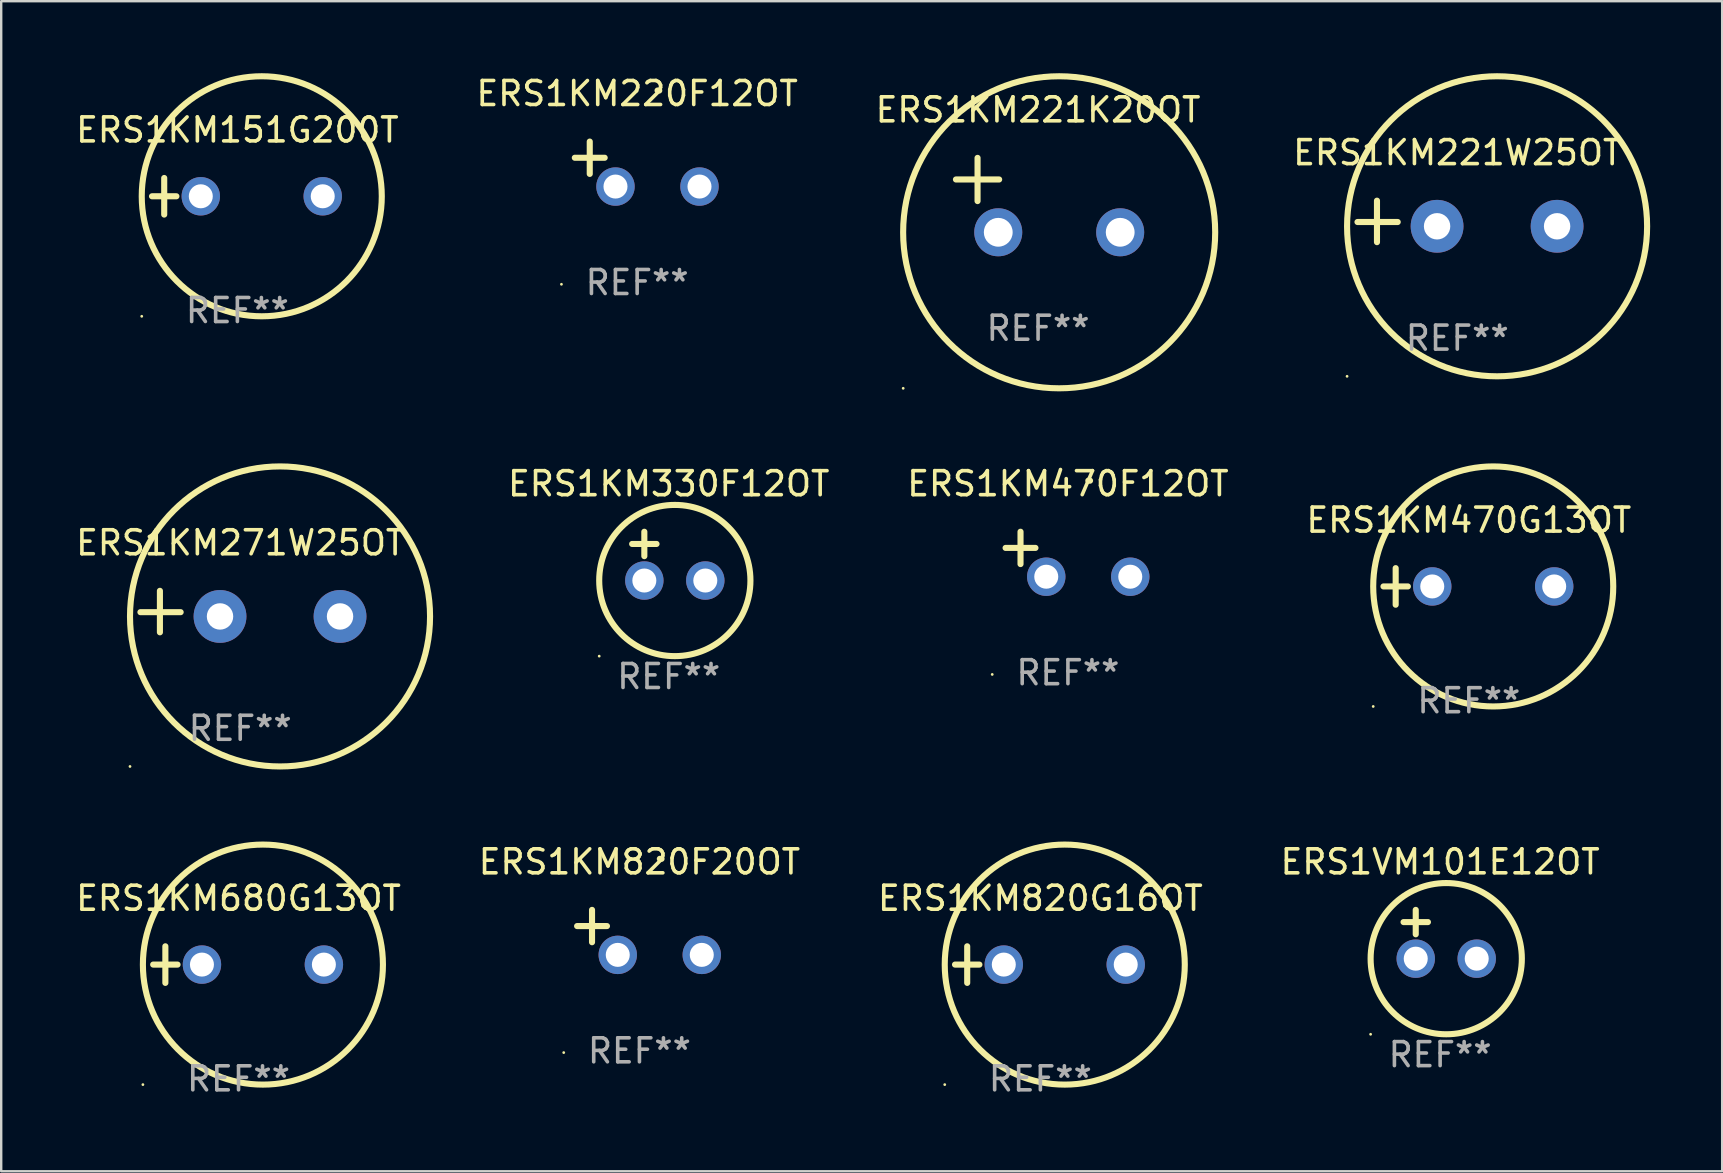
<source format=kicad_pcb>
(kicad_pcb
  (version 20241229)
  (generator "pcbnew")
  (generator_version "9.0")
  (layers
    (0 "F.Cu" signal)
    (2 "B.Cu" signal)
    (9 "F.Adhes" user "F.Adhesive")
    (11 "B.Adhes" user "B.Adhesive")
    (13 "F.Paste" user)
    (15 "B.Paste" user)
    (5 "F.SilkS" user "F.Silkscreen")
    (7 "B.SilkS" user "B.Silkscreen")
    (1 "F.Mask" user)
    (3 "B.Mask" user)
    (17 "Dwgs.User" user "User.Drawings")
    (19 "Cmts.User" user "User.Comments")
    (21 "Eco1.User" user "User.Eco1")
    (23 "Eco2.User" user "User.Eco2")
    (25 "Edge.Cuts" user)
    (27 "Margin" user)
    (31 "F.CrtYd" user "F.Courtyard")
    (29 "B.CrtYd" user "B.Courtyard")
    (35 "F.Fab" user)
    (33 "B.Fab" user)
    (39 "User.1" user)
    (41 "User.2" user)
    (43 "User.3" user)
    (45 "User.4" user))
  (footprint "ERS1KM221W25OT"
    (layer "F.Cu")
    (at 57.661 6.174)
    (property "Reference" "ERS1KM221W25OT" (at 0 -2.864 0) (layer "F.SilkS") (effects (font (size 1 1) (thickness 0.15))))
    (attr through_hole)
    (fp_line (start -3.346 0.864) (end -3.346 -0.864) (stroke (width 0.254) (type solid)) (layer "F.SilkS"))
    (fp_line (start -2.482 0.025) (end -4.158 0.025) (stroke (width 0.254) (type solid)) (layer "F.SilkS"))
    (fp_circle (center -4.592 6.453) (end -4.562 6.453) (stroke (width 0.06) (type solid)) (fill no) (layer "F.SilkS"))
    (fp_circle (center 1.658 0.203) (end 7.908 0.203) (stroke (width 0.254) (type solid)) (fill no) (layer "F.SilkS"))
    (fp_text user "REF**" (at 0 4.864 0) (layer "F.Fab") (effects (font (size 1 1) (thickness 0.15))))
    (pad "1" thru_hole circle (at -0.842 0.203) (size 2.2 2.2) (drill 1.1) (layers "*.Cu" "*.Mask"))
    (pad "2" thru_hole circle (at 4.158 0.203) (size 2.2 2.2) (drill 1.1) (layers "*.Cu" "*.Mask")))
  (footprint "ERS1KM680G13OT"
    (layer "F.Cu")
    (at 6.887 37.135)
    (property "Reference" "ERS1KM680G13OT" (at 0 -2.762 0) (layer "F.SilkS") (effects (font (size 1 1) (thickness 0.15))))
    (attr through_hole)
    (fp_line (start -3.556 0) (end -2.54 0) (stroke (width 0.254) (type solid)) (layer "F.SilkS"))
    (fp_line (start -3.048 -0.762) (end -3.048 0.762) (stroke (width 0.254) (type solid)) (layer "F.SilkS"))
    (fp_circle (center -3.984 5) (end -3.954 5) (stroke (width 0.06) (type solid)) (fill no) (layer "F.SilkS"))
    (fp_circle (center 1.016 0) (end 6.016 0) (stroke (width 0.254) (type solid)) (fill no) (layer "F.SilkS"))
    (fp_text user "REF**" (at 0 4.762 0) (layer "F.Fab") (effects (font (size 1 1) (thickness 0.15))))
    (pad "1" thru_hole circle (at -1.524 0) (size 1.6 1.6) (drill 1) (layers "*.Cu" "*.Mask"))
    (pad "2" thru_hole circle (at 3.556 0) (size 1.6 1.6) (drill 1) (layers "*.Cu" "*.Mask")))
  (footprint "ERS1KM470F12OT"
    (layer "F.Cu")
    (at 41.44 20.039)
    (property "Reference" "ERS1KM470F12OT" (at 0 -2.937 0) (layer "F.SilkS") (effects (font (size 1 1) (thickness 0.15))))
    (attr through_hole)
    (fp_line (start -1.975 0.41) (end -1.975 -0.937) (stroke (width 0.254) (type solid)) (layer "F.SilkS"))
    (fp_line (start -1.353 -0.263) (end -2.597 -0.263) (stroke (width 0.254) (type solid)) (layer "F.SilkS"))
    (fp_arc (start 0.849809 -3.063957) (mid 0.885369 -3.064114) (end 0.920929 -3.063957) (stroke (width 0.254001) (type solid)) (layer "F.SilkS"))
    (fp_circle (center -3.154 5.008) (end -3.124 5.008) (stroke (width 0.06) (type solid)) (fill no) (layer "F.SilkS"))
    (fp_text user "REF**" (at 0 4.937 0) (layer "F.Fab") (effects (font (size 1 1) (thickness 0.15))))
    (pad "1" thru_hole circle (at -0.903 0.937) (size 1.6 1.6) (drill 1) (layers "*.Cu" "*.Mask"))
    (pad "2" thru_hole circle (at 2.597 0.937) (size 1.6 1.6) (drill 1) (layers "*.Cu" "*.Mask")))
  (footprint "ERS1KM820G16OT"
    (layer "F.Cu")
    (at 40.292 37.135)
    (property "Reference" "ERS1KM820G16OT" (at 0 -2.762 0) (layer "F.SilkS") (effects (font (size 1 1) (thickness 0.15))))
    (attr through_hole)
    (fp_line (start -3.556 0) (end -2.54 0) (stroke (width 0.254) (type solid)) (layer "F.SilkS"))
    (fp_line (start -3.048 -0.762) (end -3.048 0.762) (stroke (width 0.254) (type solid)) (layer "F.SilkS"))
    (fp_circle (center -3.984 5) (end -3.954 5) (stroke (width 0.06) (type solid)) (fill no) (layer "F.SilkS"))
    (fp_circle (center 1.016 0) (end 6.016 0) (stroke (width 0.254) (type solid)) (fill no) (layer "F.SilkS"))
    (fp_text user "REF**" (at 0 4.762 0) (layer "F.Fab") (effects (font (size 1 1) (thickness 0.15))))
    (pad "1" thru_hole circle (at -1.524 0) (size 1.6 1.6) (drill 1) (layers "*.Cu" "*.Mask"))
    (pad "2" thru_hole circle (at 3.556 0) (size 1.6 1.6) (drill 1) (layers "*.Cu" "*.Mask")))
  (footprint "ERS1KM820F20OT"
    (layer "F.Cu")
    (at 23.589 35.793)
    (property "Reference" "ERS1KM820F20OT" (at 0 -2.937 0) (layer "F.SilkS") (effects (font (size 1 1) (thickness 0.15))))
    (attr through_hole)
    (fp_line (start -1.975 0.41) (end -1.975 -0.937) (stroke (width 0.254) (type solid)) (layer "F.SilkS"))
    (fp_line (start -1.353 -0.263) (end -2.597 -0.263) (stroke (width 0.254) (type solid)) (layer "F.SilkS"))
    (fp_arc (start 0.849809 -3.063957) (mid 0.885369 -3.064114) (end 0.920929 -3.063957) (stroke (width 0.254001) (type solid)) (layer "F.SilkS"))
    (fp_circle (center -3.154 5.008) (end -3.124 5.008) (stroke (width 0.06) (type solid)) (fill no) (layer "F.SilkS"))
    (fp_text user "REF**" (at 0 4.937 0) (layer "F.Fab") (effects (font (size 1 1) (thickness 0.15))))
    (pad "1" thru_hole circle (at -0.903 0.937) (size 1.6 1.6) (drill 1) (layers "*.Cu" "*.Mask"))
    (pad "2" thru_hole circle (at 2.597 0.937) (size 1.6 1.6) (drill 1) (layers "*.Cu" "*.Mask")))
  (footprint "ERS1KM221K20OT"
    (layer "F.Cu")
    (at 40.196 5.077)
    (property "Reference" "ERS1KM221K20OT" (at 0 -3.55 0) (layer "F.SilkS") (effects (font (size 1 1) (thickness 0.15))))
    (attr through_hole)
    (fp_line (start -3.421 -0.65) (end -1.621 -0.65) (stroke (width 0.254) (type solid)) (layer "F.SilkS"))
    (fp_line (start -2.521 -1.55) (end -2.521 0.25) (stroke (width 0.254) (type solid)) (layer "F.SilkS"))
    (fp_circle (center -5.619 8.05) (end -5.589 8.05) (stroke (width 0.06) (type solid)) (fill no) (layer "F.SilkS"))
    (fp_circle (center 0.879 1.55) (end 7.379 1.55) (stroke (width 0.254) (type solid)) (fill no) (layer "F.SilkS"))
    (fp_text user "REF**" (at 0 5.55 0) (layer "F.Fab") (effects (font (size 1 1) (thickness 0.15))))
    (pad "1" thru_hole circle (at -1.659 1.55) (size 2 2) (drill 1.2) (layers "*.Cu" "*.Mask"))
    (pad "2" thru_hole circle (at 3.421 1.55) (size 2 2) (drill 1.2) (layers "*.Cu" "*.Mask")))
  (footprint "ERS1KM470G13OT"
    (layer "F.Cu")
    (at 58.142 21.381)
    (property "Reference" "ERS1KM470G13OT" (at 0 -2.762 0) (layer "F.SilkS") (effects (font (size 1 1) (thickness 0.15))))
    (attr through_hole)
    (fp_line (start -3.556 0) (end -2.54 0) (stroke (width 0.254) (type solid)) (layer "F.SilkS"))
    (fp_line (start -3.048 -0.762) (end -3.048 0.762) (stroke (width 0.254) (type solid)) (layer "F.SilkS"))
    (fp_circle (center -3.984 5) (end -3.954 5) (stroke (width 0.06) (type solid)) (fill no) (layer "F.SilkS"))
    (fp_circle (center 1.016 0) (end 6.016 0) (stroke (width 0.254) (type solid)) (fill no) (layer "F.SilkS"))
    (fp_text user "REF**" (at 0 4.762 0) (layer "F.Fab") (effects (font (size 1 1) (thickness 0.15))))
    (pad "1" thru_hole circle (at -1.524 0) (size 1.6 1.6) (drill 1) (layers "*.Cu" "*.Mask"))
    (pad "2" thru_hole circle (at 3.556 0) (size 1.6 1.6) (drill 1) (layers "*.Cu" "*.Mask")))
  (footprint "ERS1VM101E12OT"
    (layer "F.Cu")
    (at 56.946 35.872)
    (property "Reference" "ERS1VM101E12OT" (at 0 -3.016 0) (layer "F.SilkS") (effects (font (size 1 1) (thickness 0.15))))
    (attr through_hole)
    (fp_line (start -1.524 -0.508) (end -0.508 -0.508) (stroke (width 0.254) (type solid)) (layer "F.SilkS"))
    (fp_line (start -1.016 -1.016) (end -1.016 0) (stroke (width 0.254) (type solid)) (layer "F.SilkS"))
    (fp_circle (center -2.896 4.166) (end -2.866 4.166) (stroke (width 0.06) (type solid)) (fill no) (layer "F.SilkS"))
    (fp_circle (center 0.254 1.016) (end 3.404 1.016) (stroke (width 0.254) (type solid)) (fill no) (layer "F.SilkS"))
    (fp_text user "REF**" (at 0 5.016 0) (layer "F.Fab") (effects (font (size 1 1) (thickness 0.15))))
    (pad "1" thru_hole circle (at -1.016 1.016) (size 1.6 1.6) (drill 1) (layers "*.Cu" "*.Mask"))
    (pad "2" thru_hole circle (at 1.524 1.016) (size 1.6 1.6) (drill 1) (layers "*.Cu" "*.Mask")))
  (footprint "ERS1KM151G200T"
    (layer "F.Cu")
    (at 6.839 5.127)
    (property "Reference" "ERS1KM151G200T" (at 0 -2.762 0) (layer "F.SilkS") (effects (font (size 1 1) (thickness 0.15))))
    (attr through_hole)
    (fp_line (start -3.556 0) (end -2.54 0) (stroke (width 0.254) (type solid)) (layer "F.SilkS"))
    (fp_line (start -3.048 -0.762) (end -3.048 0.762) (stroke (width 0.254) (type solid)) (layer "F.SilkS"))
    (fp_circle (center -3.984 5) (end -3.954 5) (stroke (width 0.06) (type solid)) (fill no) (layer "F.SilkS"))
    (fp_circle (center 1.016 0) (end 6.016 0) (stroke (width 0.254) (type solid)) (fill no) (layer "F.SilkS"))
    (fp_text user "REF**" (at 0 4.762 0) (layer "F.Fab") (effects (font (size 1 1) (thickness 0.15))))
    (pad "1" thru_hole circle (at -1.524 0) (size 1.6 1.6) (drill 1) (layers "*.Cu" "*.Mask"))
    (pad "2" thru_hole circle (at 3.556 0) (size 1.6 1.6) (drill 1) (layers "*.Cu" "*.Mask")))
  (footprint "ERS1KM271W25OT"
    (layer "F.Cu")
    (at 6.958 22.428)
    (property "Reference" "ERS1KM271W25OT" (at 0 -2.864 0) (layer "F.SilkS") (effects (font (size 1 1) (thickness 0.15))))
    (attr through_hole)
    (fp_line (start -3.346 0.864) (end -3.346 -0.864) (stroke (width 0.254) (type solid)) (layer "F.SilkS"))
    (fp_line (start -2.482 0.025) (end -4.158 0.025) (stroke (width 0.254) (type solid)) (layer "F.SilkS"))
    (fp_circle (center -4.592 6.453) (end -4.562 6.453) (stroke (width 0.06) (type solid)) (fill no) (layer "F.SilkS"))
    (fp_circle (center 1.658 0.203) (end 7.908 0.203) (stroke (width 0.254) (type solid)) (fill no) (layer "F.SilkS"))
    (fp_text user "REF**" (at 0 4.864 0) (layer "F.Fab") (effects (font (size 1 1) (thickness 0.15))))
    (pad "1" thru_hole circle (at -0.842 0.203) (size 2.2 2.2) (drill 1.1) (layers "*.Cu" "*.Mask"))
    (pad "2" thru_hole circle (at 4.158 0.203) (size 2.2 2.2) (drill 1.1) (layers "*.Cu" "*.Mask")))
  (footprint "ERS1KM330F12OT"
    (layer "F.Cu")
    (at 24.809 20.119)
    (property "Reference" "ERS1KM330F12OT" (at 0 -3.016 0) (layer "F.SilkS") (effects (font (size 1 1) (thickness 0.15))))
    (attr through_hole)
    (fp_line (start -1.524 -0.508) (end -0.508 -0.508) (stroke (width 0.254) (type solid)) (layer "F.SilkS"))
    (fp_line (start -1.016 -1.016) (end -1.016 0) (stroke (width 0.254) (type solid)) (layer "F.SilkS"))
    (fp_circle (center -2.896 4.166) (end -2.866 4.166) (stroke (width 0.06) (type solid)) (fill no) (layer "F.SilkS"))
    (fp_circle (center 0.254 1.016) (end 3.404 1.016) (stroke (width 0.254) (type solid)) (fill no) (layer "F.SilkS"))
    (fp_text user "REF**" (at 0 5.016 0) (layer "F.Fab") (effects (font (size 1 1) (thickness 0.15))))
    (pad "1" thru_hole circle (at -1.016 1.016) (size 1.6 1.6) (drill 1) (layers "*.Cu" "*.Mask"))
    (pad "2" thru_hole circle (at 1.524 1.016) (size 1.6 1.6) (drill 1) (layers "*.Cu" "*.Mask")))
  (footprint "ERS1KM220F12OT"
    (layer "F.Cu")
    (at 23.494 3.785)
    (property "Reference" "ERS1KM220F12OT" (at 0 -2.937 0) (layer "F.SilkS") (effects (font (size 1 1) (thickness 0.15))))
    (attr through_hole)
    (fp_line (start -1.975 0.41) (end -1.975 -0.937) (stroke (width 0.254) (type solid)) (layer "F.SilkS"))
    (fp_line (start -1.353 -0.263) (end -2.597 -0.263) (stroke (width 0.254) (type solid)) (layer "F.SilkS"))
    (fp_arc (start 0.849809 -3.063957) (mid 0.885369 -3.064114) (end 0.920929 -3.063957) (stroke (width 0.254001) (type solid)) (layer "F.SilkS"))
    (fp_circle (center -3.154 5.008) (end -3.124 5.008) (stroke (width 0.06) (type solid)) (fill no) (layer "F.SilkS"))
    (fp_text user "REF**" (at 0 4.937 0) (layer "F.Fab") (effects (font (size 1 1) (thickness 0.15))))
    (pad "1" thru_hole circle (at -0.903 0.937) (size 1.6 1.6) (drill 1) (layers "*.Cu" "*.Mask"))
    (pad "2" thru_hole circle (at 2.597 0.937) (size 1.6 1.6) (drill 1) (layers "*.Cu" "*.Mask")))
  (gr_rect
    (start -3 -3)
    (end 68.696 45.745)
    (stroke (width 0.1) (type default))
    (fill no)
    (layer "Edge.Cuts")))
</source>
